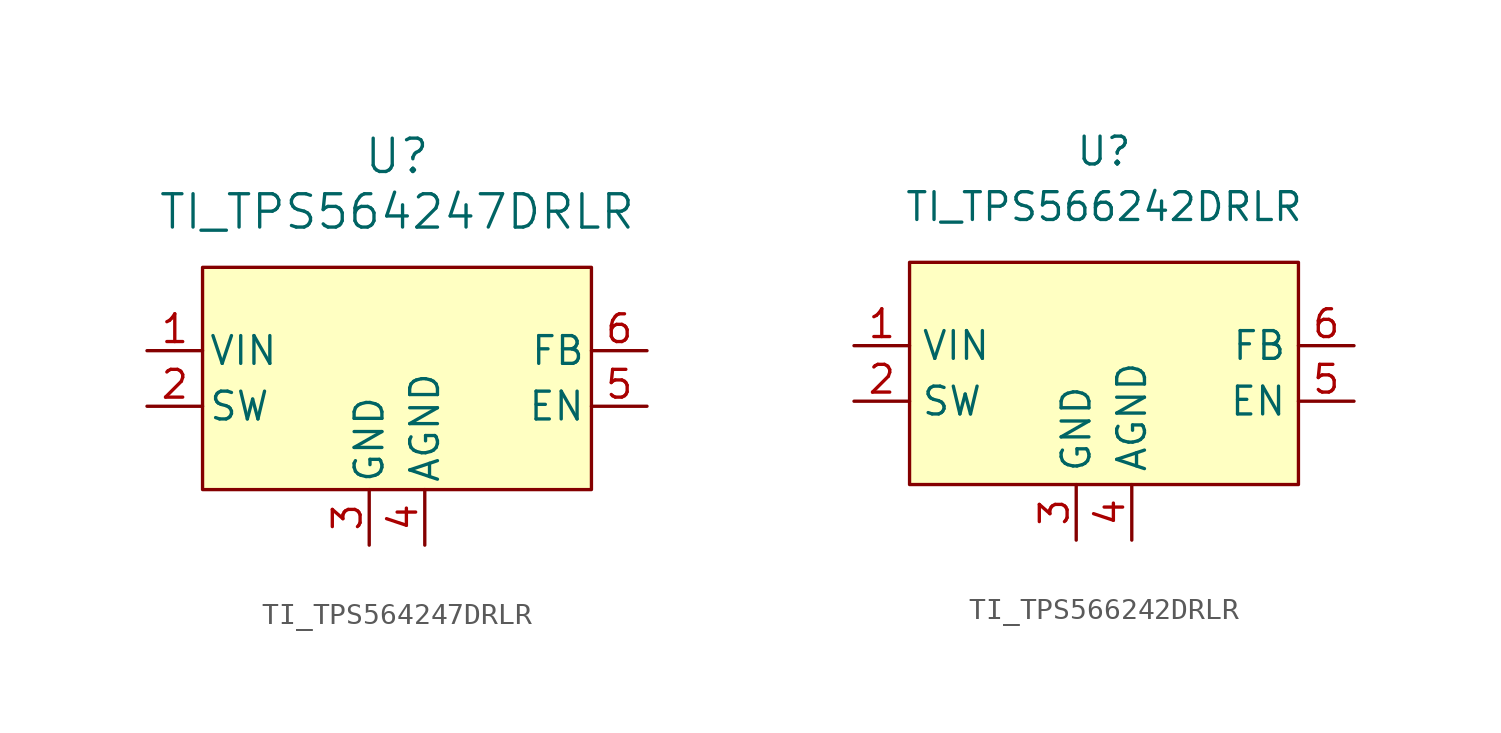
<source format=kicad_sym>
(kicad_symbol_lib
  (version 20211014)
  (generator kicad_symbol_editor)
  (symbol "TI_TPS564247DRLR"
    (pin_names
      (offset 0.254))
    (property "Reference" "U"
      (at 0 11.43 0)
      (effects (font (size 1.524 1.524))))
    (property "Value" "TI_TPS564247DRLR"
      (at 0 8.89 0)
      (effects (font (size 1.524 1.524))))
    (symbol "TI_TPS564247DRLR_0_0"
      (pin input line (at -11.43 2.54 0) (length 2.54) (name "VIN" (effects (font (size 1.27 1.27)))) (number "1" (effects (font (size 1.27 1.27)))))
      (pin output line (at -11.43 0 0) (length 2.54) (name "SW" (effects (font (size 1.27 1.27)))) (number "2" (effects (font (size 1.27 1.27)))))
      (pin power_in line (at -1.27 -6.35 90) (length 2.54) (name "GND" (effects (font (size 1.27 1.27)))) (number "3" (effects (font (size 1.27 1.27)))))
      (pin power_in line (at 1.27 -6.35 90) (length 2.54) (name "AGND" (effects (font (size 1.27 1.27)))) (number "4" (effects (font (size 1.27 1.27)))))
      (pin input line (at 11.43 0 180) (length 2.54) (name "EN" (effects (font (size 1.27 1.27)))) (number "5" (effects (font (size 1.27 1.27)))))
      (pin input line (at 11.43 2.54 180) (length 2.54) (name "FB" (effects (font (size 1.27 1.27)))) (number "6" (effects (font (size 1.27 1.27))))))
    (symbol "TI_TPS564247DRLR_1_1"
      (rectangle (start -8.89 6.35) (end 8.89 -3.81) (stroke (width 0) (type default) (color 0 0 0 0)) (fill (type background)))))
  (symbol "TI_TPS566242DRLR"
    (property "Reference" "U"
      (at 0 10.16 0)
      (effects (font (size 1.27 1.27))))
    (property "Value" "TI_TPS566242DRLR"
      (at 0 7.62 0)
      (effects (font (size 1.27 1.27))))
    (symbol "TI_TPS566242DRLR_0_0"
      (pin input line (at -11.43 1.27 0) (length 2.54) (name "VIN" (effects (font (size 1.27 1.27)))) (number "1" (effects (font (size 1.27 1.27)))))
      (pin output line (at -11.43 -1.27 0) (length 2.54) (name "SW" (effects (font (size 1.27 1.27)))) (number "2" (effects (font (size 1.27 1.27)))))
      (pin power_in line (at -1.27 -7.62 90) (length 2.54) (name "GND" (effects (font (size 1.27 1.27)))) (number "3" (effects (font (size 1.27 1.27)))))
      (pin power_in line (at 1.27 -7.62 90) (length 2.54) (name "AGND" (effects (font (size 1.27 1.27)))) (number "4" (effects (font (size 1.27 1.27)))))
      (pin input line (at 11.43 -1.27 180) (length 2.54) (name "EN" (effects (font (size 1.27 1.27)))) (number "5" (effects (font (size 1.27 1.27)))))
      (pin input line (at 11.43 1.27 180) (length 2.54) (name "FB" (effects (font (size 1.27 1.27)))) (number "6" (effects (font (size 1.27 1.27))))))
    (symbol "TI_TPS566242DRLR_1_1"
      (rectangle (start -8.89 5.08) (end 8.89 -5.08) (stroke (width 0) (type default) (color 0 0 0 0)) (fill (type background))))))
</source>
